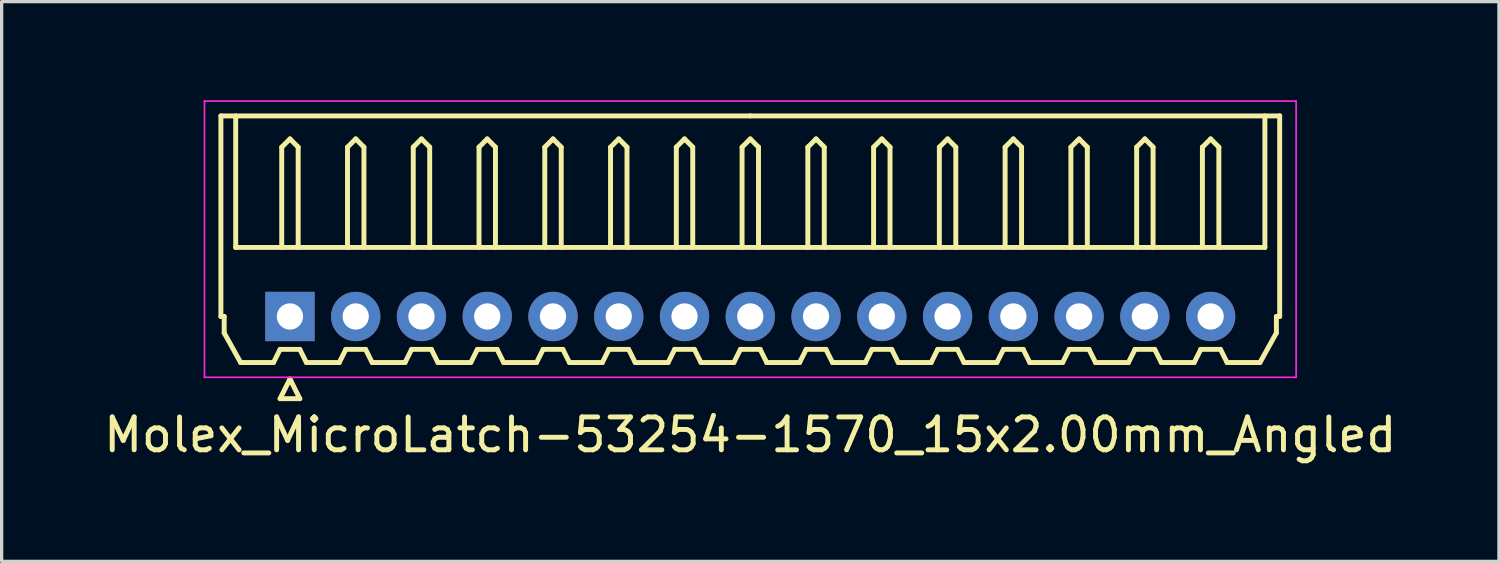
<source format=kicad_pcb>
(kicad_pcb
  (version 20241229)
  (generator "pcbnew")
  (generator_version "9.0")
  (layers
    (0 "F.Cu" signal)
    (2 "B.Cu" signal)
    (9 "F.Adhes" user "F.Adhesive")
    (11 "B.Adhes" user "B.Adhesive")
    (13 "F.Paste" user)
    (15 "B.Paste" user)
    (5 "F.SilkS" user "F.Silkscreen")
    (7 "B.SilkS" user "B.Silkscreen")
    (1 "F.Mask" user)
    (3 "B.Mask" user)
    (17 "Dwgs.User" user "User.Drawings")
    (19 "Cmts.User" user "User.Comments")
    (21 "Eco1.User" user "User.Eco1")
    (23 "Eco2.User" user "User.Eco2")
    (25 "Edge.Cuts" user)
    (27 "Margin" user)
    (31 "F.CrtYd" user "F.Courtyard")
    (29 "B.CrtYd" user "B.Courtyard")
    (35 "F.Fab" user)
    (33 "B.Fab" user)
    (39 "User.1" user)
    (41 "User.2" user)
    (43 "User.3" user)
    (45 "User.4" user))
  (footprint "Molex_MicroLatch-53254-1570_15x2.00mm_Angled"
    (layer "F.Cu")
    (at 5.768 6.575)
    (property "Reference" "Molex_MicroLatch-53254-1570_15x2.00mm_Angled" (at 14 3.6 0) (layer "F.SilkS") (effects (font (size 1 1) (thickness 0.15))))
    (attr through_hole)
    (fp_line (start -2.1 -6.1) (end 14 -6.1) (stroke (width 0.15) (type solid)) (layer "F.SilkS"))
    (fp_line (start -2.1 0) (end -2.1 -6.1) (stroke (width 0.15) (type solid)) (layer "F.SilkS"))
    (fp_line (start -2 0) (end -2.1 0) (stroke (width 0.15) (type solid)) (layer "F.SilkS"))
    (fp_line (start -2 0.5) (end -2 0) (stroke (width 0.15) (type solid)) (layer "F.SilkS"))
    (fp_line (start -1.65 -6.1) (end -1.65 -2.1) (stroke (width 0.15) (type solid)) (layer "F.SilkS"))
    (fp_line (start -1.65 -2.1) (end 29.65 -2.1) (stroke (width 0.15) (type solid)) (layer "F.SilkS"))
    (fp_line (start -1.5 1.4) (end -2 0.5) (stroke (width 0.15) (type solid)) (layer "F.SilkS"))
    (fp_line (start -0.5 1.4) (end -1.5 1.4) (stroke (width 0.15) (type solid)) (layer "F.SilkS"))
    (fp_line (start -0.3 1) (end -0.5 1.4) (stroke (width 0.15) (type solid)) (layer "F.SilkS"))
    (fp_line (start -0.3 1) (end 0.3 1) (stroke (width 0.15) (type solid)) (layer "F.SilkS"))
    (fp_line (start -0.3 2.5) (end 0.3 2.5) (stroke (width 0.15) (type solid)) (layer "F.SilkS"))
    (fp_line (start -0.25 -5.15) (end 0 -5.4) (stroke (width 0.15) (type solid)) (layer "F.SilkS"))
    (fp_line (start -0.25 -2.1) (end -0.25 -5.15) (stroke (width 0.15) (type solid)) (layer "F.SilkS"))
    (fp_line (start 0 -5.4) (end 0.25 -5.15) (stroke (width 0.15) (type solid)) (layer "F.SilkS"))
    (fp_line (start 0 1.9) (end -0.3 2.5) (stroke (width 0.15) (type solid)) (layer "F.SilkS"))
    (fp_line (start 0.25 -5.15) (end 0.25 -2.1) (stroke (width 0.15) (type solid)) (layer "F.SilkS"))
    (fp_line (start 0.3 1) (end 0.5 1.4) (stroke (width 0.15) (type solid)) (layer "F.SilkS"))
    (fp_line (start 0.3 2.5) (end 0 1.9) (stroke (width 0.15) (type solid)) (layer "F.SilkS"))
    (fp_line (start 0.5 1.4) (end 1.5 1.4) (stroke (width 0.15) (type solid)) (layer "F.SilkS"))
    (fp_line (start 1.5 1.4) (end 1.7 1) (stroke (width 0.15) (type solid)) (layer "F.SilkS"))
    (fp_line (start 1.7 1) (end 2.3 1) (stroke (width 0.15) (type solid)) (layer "F.SilkS"))
    (fp_line (start 1.75 -5.15) (end 2 -5.4) (stroke (width 0.15) (type solid)) (layer "F.SilkS"))
    (fp_line (start 1.75 -2.1) (end 1.75 -5.15) (stroke (width 0.15) (type solid)) (layer "F.SilkS"))
    (fp_line (start 2 -5.4) (end 2.25 -5.15) (stroke (width 0.15) (type solid)) (layer "F.SilkS"))
    (fp_line (start 2.25 -5.15) (end 2.25 -2.1) (stroke (width 0.15) (type solid)) (layer "F.SilkS"))
    (fp_line (start 2.3 1) (end 2.5 1.4) (stroke (width 0.15) (type solid)) (layer "F.SilkS"))
    (fp_line (start 2.5 1.4) (end 3.5 1.4) (stroke (width 0.15) (type solid)) (layer "F.SilkS"))
    (fp_line (start 3.5 1.4) (end 3.7 1) (stroke (width 0.15) (type solid)) (layer "F.SilkS"))
    (fp_line (start 3.7 1) (end 4.3 1) (stroke (width 0.15) (type solid)) (layer "F.SilkS"))
    (fp_line (start 3.75 -5.15) (end 4 -5.4) (stroke (width 0.15) (type solid)) (layer "F.SilkS"))
    (fp_line (start 3.75 -2.1) (end 3.75 -5.15) (stroke (width 0.15) (type solid)) (layer "F.SilkS"))
    (fp_line (start 4 -5.4) (end 4.25 -5.15) (stroke (width 0.15) (type solid)) (layer "F.SilkS"))
    (fp_line (start 4.25 -5.15) (end 4.25 -2.1) (stroke (width 0.15) (type solid)) (layer "F.SilkS"))
    (fp_line (start 4.3 1) (end 4.5 1.4) (stroke (width 0.15) (type solid)) (layer "F.SilkS"))
    (fp_line (start 4.5 1.4) (end 5.5 1.4) (stroke (width 0.15) (type solid)) (layer "F.SilkS"))
    (fp_line (start 5.5 1.4) (end 5.7 1) (stroke (width 0.15) (type solid)) (layer "F.SilkS"))
    (fp_line (start 5.7 1) (end 6.3 1) (stroke (width 0.15) (type solid)) (layer "F.SilkS"))
    (fp_line (start 5.75 -5.15) (end 6 -5.4) (stroke (width 0.15) (type solid)) (layer "F.SilkS"))
    (fp_line (start 5.75 -2.1) (end 5.75 -5.15) (stroke (width 0.15) (type solid)) (layer "F.SilkS"))
    (fp_line (start 6 -5.4) (end 6.25 -5.15) (stroke (width 0.15) (type solid)) (layer "F.SilkS"))
    (fp_line (start 6.25 -5.15) (end 6.25 -2.1) (stroke (width 0.15) (type solid)) (layer "F.SilkS"))
    (fp_line (start 6.3 1) (end 6.5 1.4) (stroke (width 0.15) (type solid)) (layer "F.SilkS"))
    (fp_line (start 6.5 1.4) (end 7.5 1.4) (stroke (width 0.15) (type solid)) (layer "F.SilkS"))
    (fp_line (start 7.5 1.4) (end 7.7 1) (stroke (width 0.15) (type solid)) (layer "F.SilkS"))
    (fp_line (start 7.7 1) (end 8.3 1) (stroke (width 0.15) (type solid)) (layer "F.SilkS"))
    (fp_line (start 7.75 -5.15) (end 8 -5.4) (stroke (width 0.15) (type solid)) (layer "F.SilkS"))
    (fp_line (start 7.75 -2.1) (end 7.75 -5.15) (stroke (width 0.15) (type solid)) (layer "F.SilkS"))
    (fp_line (start 8 -5.4) (end 8.25 -5.15) (stroke (width 0.15) (type solid)) (layer "F.SilkS"))
    (fp_line (start 8.25 -5.15) (end 8.25 -2.1) (stroke (width 0.15) (type solid)) (layer "F.SilkS"))
    (fp_line (start 8.3 1) (end 8.5 1.4) (stroke (width 0.15) (type solid)) (layer "F.SilkS"))
    (fp_line (start 8.5 1.4) (end 9.5 1.4) (stroke (width 0.15) (type solid)) (layer "F.SilkS"))
    (fp_line (start 9.5 1.4) (end 9.7 1) (stroke (width 0.15) (type solid)) (layer "F.SilkS"))
    (fp_line (start 9.7 1) (end 10.3 1) (stroke (width 0.15) (type solid)) (layer "F.SilkS"))
    (fp_line (start 9.75 -5.15) (end 10 -5.4) (stroke (width 0.15) (type solid)) (layer "F.SilkS"))
    (fp_line (start 9.75 -2.1) (end 9.75 -5.15) (stroke (width 0.15) (type solid)) (layer "F.SilkS"))
    (fp_line (start 10 -5.4) (end 10.25 -5.15) (stroke (width 0.15) (type solid)) (layer "F.SilkS"))
    (fp_line (start 10.25 -5.15) (end 10.25 -2.1) (stroke (width 0.15) (type solid)) (layer "F.SilkS"))
    (fp_line (start 10.3 1) (end 10.5 1.4) (stroke (width 0.15) (type solid)) (layer "F.SilkS"))
    (fp_line (start 10.5 1.4) (end 11.5 1.4) (stroke (width 0.15) (type solid)) (layer "F.SilkS"))
    (fp_line (start 11.5 1.4) (end 11.7 1) (stroke (width 0.15) (type solid)) (layer "F.SilkS"))
    (fp_line (start 11.7 1) (end 12.3 1) (stroke (width 0.15) (type solid)) (layer "F.SilkS"))
    (fp_line (start 11.75 -5.15) (end 12 -5.4) (stroke (width 0.15) (type solid)) (layer "F.SilkS"))
    (fp_line (start 11.75 -2.1) (end 11.75 -5.15) (stroke (width 0.15) (type solid)) (layer "F.SilkS"))
    (fp_line (start 12 -5.4) (end 12.25 -5.15) (stroke (width 0.15) (type solid)) (layer "F.SilkS"))
    (fp_line (start 12.25 -5.15) (end 12.25 -2.1) (stroke (width 0.15) (type solid)) (layer "F.SilkS"))
    (fp_line (start 12.3 1) (end 12.5 1.4) (stroke (width 0.15) (type solid)) (layer "F.SilkS"))
    (fp_line (start 12.5 1.4) (end 13.5 1.4) (stroke (width 0.15) (type solid)) (layer "F.SilkS"))
    (fp_line (start 13.5 1.4) (end 13.7 1) (stroke (width 0.15) (type solid)) (layer "F.SilkS"))
    (fp_line (start 13.7 1) (end 14.3 1) (stroke (width 0.15) (type solid)) (layer "F.SilkS"))
    (fp_line (start 13.75 -5.15) (end 14 -5.4) (stroke (width 0.15) (type solid)) (layer "F.SilkS"))
    (fp_line (start 13.75 -2.1) (end 13.75 -5.15) (stroke (width 0.15) (type solid)) (layer "F.SilkS"))
    (fp_line (start 14 -5.4) (end 14.25 -5.15) (stroke (width 0.15) (type solid)) (layer "F.SilkS"))
    (fp_line (start 14.25 -5.15) (end 14.25 -2.1) (stroke (width 0.15) (type solid)) (layer "F.SilkS"))
    (fp_line (start 14.3 1) (end 14.5 1.4) (stroke (width 0.15) (type solid)) (layer "F.SilkS"))
    (fp_line (start 14.5 1.4) (end 15.5 1.4) (stroke (width 0.15) (type solid)) (layer "F.SilkS"))
    (fp_line (start 15.5 1.4) (end 15.7 1) (stroke (width 0.15) (type solid)) (layer "F.SilkS"))
    (fp_line (start 15.7 1) (end 16.3 1) (stroke (width 0.15) (type solid)) (layer "F.SilkS"))
    (fp_line (start 15.75 -5.15) (end 16 -5.4) (stroke (width 0.15) (type solid)) (layer "F.SilkS"))
    (fp_line (start 15.75 -2.1) (end 15.75 -5.15) (stroke (width 0.15) (type solid)) (layer "F.SilkS"))
    (fp_line (start 16 -5.4) (end 16.25 -5.15) (stroke (width 0.15) (type solid)) (layer "F.SilkS"))
    (fp_line (start 16.25 -5.15) (end 16.25 -2.1) (stroke (width 0.15) (type solid)) (layer "F.SilkS"))
    (fp_line (start 16.3 1) (end 16.5 1.4) (stroke (width 0.15) (type solid)) (layer "F.SilkS"))
    (fp_line (start 16.5 1.4) (end 17.5 1.4) (stroke (width 0.15) (type solid)) (layer "F.SilkS"))
    (fp_line (start 17.5 1.4) (end 17.7 1) (stroke (width 0.15) (type solid)) (layer "F.SilkS"))
    (fp_line (start 17.7 1) (end 18.3 1) (stroke (width 0.15) (type solid)) (layer "F.SilkS"))
    (fp_line (start 17.75 -5.15) (end 18 -5.4) (stroke (width 0.15) (type solid)) (layer "F.SilkS"))
    (fp_line (start 17.75 -2.1) (end 17.75 -5.15) (stroke (width 0.15) (type solid)) (layer "F.SilkS"))
    (fp_line (start 18 -5.4) (end 18.25 -5.15) (stroke (width 0.15) (type solid)) (layer "F.SilkS"))
    (fp_line (start 18.25 -5.15) (end 18.25 -2.1) (stroke (width 0.15) (type solid)) (layer "F.SilkS"))
    (fp_line (start 18.3 1) (end 18.5 1.4) (stroke (width 0.15) (type solid)) (layer "F.SilkS"))
    (fp_line (start 18.5 1.4) (end 19.5 1.4) (stroke (width 0.15) (type solid)) (layer "F.SilkS"))
    (fp_line (start 19.5 1.4) (end 19.7 1) (stroke (width 0.15) (type solid)) (layer "F.SilkS"))
    (fp_line (start 19.7 1) (end 20.3 1) (stroke (width 0.15) (type solid)) (layer "F.SilkS"))
    (fp_line (start 19.75 -5.15) (end 20 -5.4) (stroke (width 0.15) (type solid)) (layer "F.SilkS"))
    (fp_line (start 19.75 -2.1) (end 19.75 -5.15) (stroke (width 0.15) (type solid)) (layer "F.SilkS"))
    (fp_line (start 20 -5.4) (end 20.25 -5.15) (stroke (width 0.15) (type solid)) (layer "F.SilkS"))
    (fp_line (start 20.25 -5.15) (end 20.25 -2.1) (stroke (width 0.15) (type solid)) (layer "F.SilkS"))
    (fp_line (start 20.3 1) (end 20.5 1.4) (stroke (width 0.15) (type solid)) (layer "F.SilkS"))
    (fp_line (start 20.5 1.4) (end 21.5 1.4) (stroke (width 0.15) (type solid)) (layer "F.SilkS"))
    (fp_line (start 21.5 1.4) (end 21.7 1) (stroke (width 0.15) (type solid)) (layer "F.SilkS"))
    (fp_line (start 21.7 1) (end 22.3 1) (stroke (width 0.15) (type solid)) (layer "F.SilkS"))
    (fp_line (start 21.75 -5.15) (end 22 -5.4) (stroke (width 0.15) (type solid)) (layer "F.SilkS"))
    (fp_line (start 21.75 -2.1) (end 21.75 -5.15) (stroke (width 0.15) (type solid)) (layer "F.SilkS"))
    (fp_line (start 22 -5.4) (end 22.25 -5.15) (stroke (width 0.15) (type solid)) (layer "F.SilkS"))
    (fp_line (start 22.25 -5.15) (end 22.25 -2.1) (stroke (width 0.15) (type solid)) (layer "F.SilkS"))
    (fp_line (start 22.3 1) (end 22.5 1.4) (stroke (width 0.15) (type solid)) (layer "F.SilkS"))
    (fp_line (start 22.5 1.4) (end 23.5 1.4) (stroke (width 0.15) (type solid)) (layer "F.SilkS"))
    (fp_line (start 23.5 1.4) (end 23.7 1) (stroke (width 0.15) (type solid)) (layer "F.SilkS"))
    (fp_line (start 23.7 1) (end 24.3 1) (stroke (width 0.15) (type solid)) (layer "F.SilkS"))
    (fp_line (start 23.75 -5.15) (end 24 -5.4) (stroke (width 0.15) (type solid)) (layer "F.SilkS"))
    (fp_line (start 23.75 -2.1) (end 23.75 -5.15) (stroke (width 0.15) (type solid)) (layer "F.SilkS"))
    (fp_line (start 24 -5.4) (end 24.25 -5.15) (stroke (width 0.15) (type solid)) (layer "F.SilkS"))
    (fp_line (start 24.25 -5.15) (end 24.25 -2.1) (stroke (width 0.15) (type solid)) (layer "F.SilkS"))
    (fp_line (start 24.3 1) (end 24.5 1.4) (stroke (width 0.15) (type solid)) (layer "F.SilkS"))
    (fp_line (start 24.5 1.4) (end 25.5 1.4) (stroke (width 0.15) (type solid)) (layer "F.SilkS"))
    (fp_line (start 25.5 1.4) (end 25.7 1) (stroke (width 0.15) (type solid)) (layer "F.SilkS"))
    (fp_line (start 25.7 1) (end 26.3 1) (stroke (width 0.15) (type solid)) (layer "F.SilkS"))
    (fp_line (start 25.75 -5.15) (end 26 -5.4) (stroke (width 0.15) (type solid)) (layer "F.SilkS"))
    (fp_line (start 25.75 -2.1) (end 25.75 -5.15) (stroke (width 0.15) (type solid)) (layer "F.SilkS"))
    (fp_line (start 26 -5.4) (end 26.25 -5.15) (stroke (width 0.15) (type solid)) (layer "F.SilkS"))
    (fp_line (start 26.25 -5.15) (end 26.25 -2.1) (stroke (width 0.15) (type solid)) (layer "F.SilkS"))
    (fp_line (start 26.3 1) (end 26.5 1.4) (stroke (width 0.15) (type solid)) (layer "F.SilkS"))
    (fp_line (start 26.5 1.4) (end 27.5 1.4) (stroke (width 0.15) (type solid)) (layer "F.SilkS"))
    (fp_line (start 27.5 1.4) (end 27.7 1) (stroke (width 0.15) (type solid)) (layer "F.SilkS"))
    (fp_line (start 27.7 1) (end 28.3 1) (stroke (width 0.15) (type solid)) (layer "F.SilkS"))
    (fp_line (start 27.75 -5.15) (end 28 -5.4) (stroke (width 0.15) (type solid)) (layer "F.SilkS"))
    (fp_line (start 27.75 -2.1) (end 27.75 -5.15) (stroke (width 0.15) (type solid)) (layer "F.SilkS"))
    (fp_line (start 28 -5.4) (end 28.25 -5.15) (stroke (width 0.15) (type solid)) (layer "F.SilkS"))
    (fp_line (start 28.25 -5.15) (end 28.25 -2.1) (stroke (width 0.15) (type solid)) (layer "F.SilkS"))
    (fp_line (start 28.3 1) (end 28.5 1.4) (stroke (width 0.15) (type solid)) (layer "F.SilkS"))
    (fp_line (start 28.5 1.4) (end 29.5 1.4) (stroke (width 0.15) (type solid)) (layer "F.SilkS"))
    (fp_line (start 29.5 1.4) (end 30 0.5) (stroke (width 0.15) (type solid)) (layer "F.SilkS"))
    (fp_line (start 29.65 -2.1) (end 29.65 -6.1) (stroke (width 0.15) (type solid)) (layer "F.SilkS"))
    (fp_line (start 30 0) (end 30.1 0) (stroke (width 0.15) (type solid)) (layer "F.SilkS"))
    (fp_line (start 30 0.5) (end 30 0) (stroke (width 0.15) (type solid)) (layer "F.SilkS"))
    (fp_line (start 30.1 -6.1) (end 14 -6.1) (stroke (width 0.15) (type solid)) (layer "F.SilkS"))
    (fp_line (start 30.1 0) (end 30.1 -6.1) (stroke (width 0.15) (type solid)) (layer "F.SilkS"))
    (fp_line (start -2.6 -6.55) (end -2.6 1.85) (stroke (width 0.05) (type solid)) (layer "F.CrtYd"))
    (fp_line (start -2.6 1.85) (end 30.6 1.85) (stroke (width 0.05) (type solid)) (layer "F.CrtYd"))
    (fp_line (start 30.6 -6.55) (end -2.6 -6.55) (stroke (width 0.05) (type solid)) (layer "F.CrtYd"))
    (fp_line (start 30.6 1.85) (end 30.6 -6.55) (stroke (width 0.05) (type solid)) (layer "F.CrtYd"))
    (pad "1" thru_hole rect (at 0 0) (size 1.5 1.5) (drill 0.8) (layers "*.Cu" "*.Mask"))
    (pad "2" thru_hole circle (at 2 0) (size 1.5 1.5) (drill 0.8) (layers "*.Cu" "*.Mask"))
    (pad "3" thru_hole circle (at 4 0) (size 1.5 1.5) (drill 0.8) (layers "*.Cu" "*.Mask"))
    (pad "4" thru_hole circle (at 6 0) (size 1.5 1.5) (drill 0.8) (layers "*.Cu" "*.Mask"))
    (pad "5" thru_hole circle (at 8 0) (size 1.5 1.5) (drill 0.8) (layers "*.Cu" "*.Mask"))
    (pad "6" thru_hole circle (at 10 0) (size 1.5 1.5) (drill 0.8) (layers "*.Cu" "*.Mask"))
    (pad "7" thru_hole circle (at 12 0) (size 1.5 1.5) (drill 0.8) (layers "*.Cu" "*.Mask"))
    (pad "8" thru_hole circle (at 14 0) (size 1.5 1.5) (drill 0.8) (layers "*.Cu" "*.Mask"))
    (pad "9" thru_hole circle (at 16 0) (size 1.5 1.5) (drill 0.8) (layers "*.Cu" "*.Mask"))
    (pad "10" thru_hole circle (at 18 0) (size 1.5 1.5) (drill 0.8) (layers "*.Cu" "*.Mask"))
    (pad "11" thru_hole circle (at 20 0) (size 1.5 1.5) (drill 0.8) (layers "*.Cu" "*.Mask"))
    (pad "12" thru_hole circle (at 22 0) (size 1.5 1.5) (drill 0.8) (layers "*.Cu" "*.Mask"))
    (pad "13" thru_hole circle (at 24 0) (size 1.5 1.5) (drill 0.8) (layers "*.Cu" "*.Mask"))
    (pad "14" thru_hole circle (at 26 0) (size 1.5 1.5) (drill 0.8) (layers "*.Cu" "*.Mask"))
    (pad "15" thru_hole circle (at 28 0) (size 1.5 1.5) (drill 0.8) (layers "*.Cu" "*.Mask")))
  (gr_rect
    (start -3 -3)
    (end 42.536 14.023)
    (stroke (width 0.1) (type default))
    (fill no)
    (layer "Edge.Cuts")))
</source>
